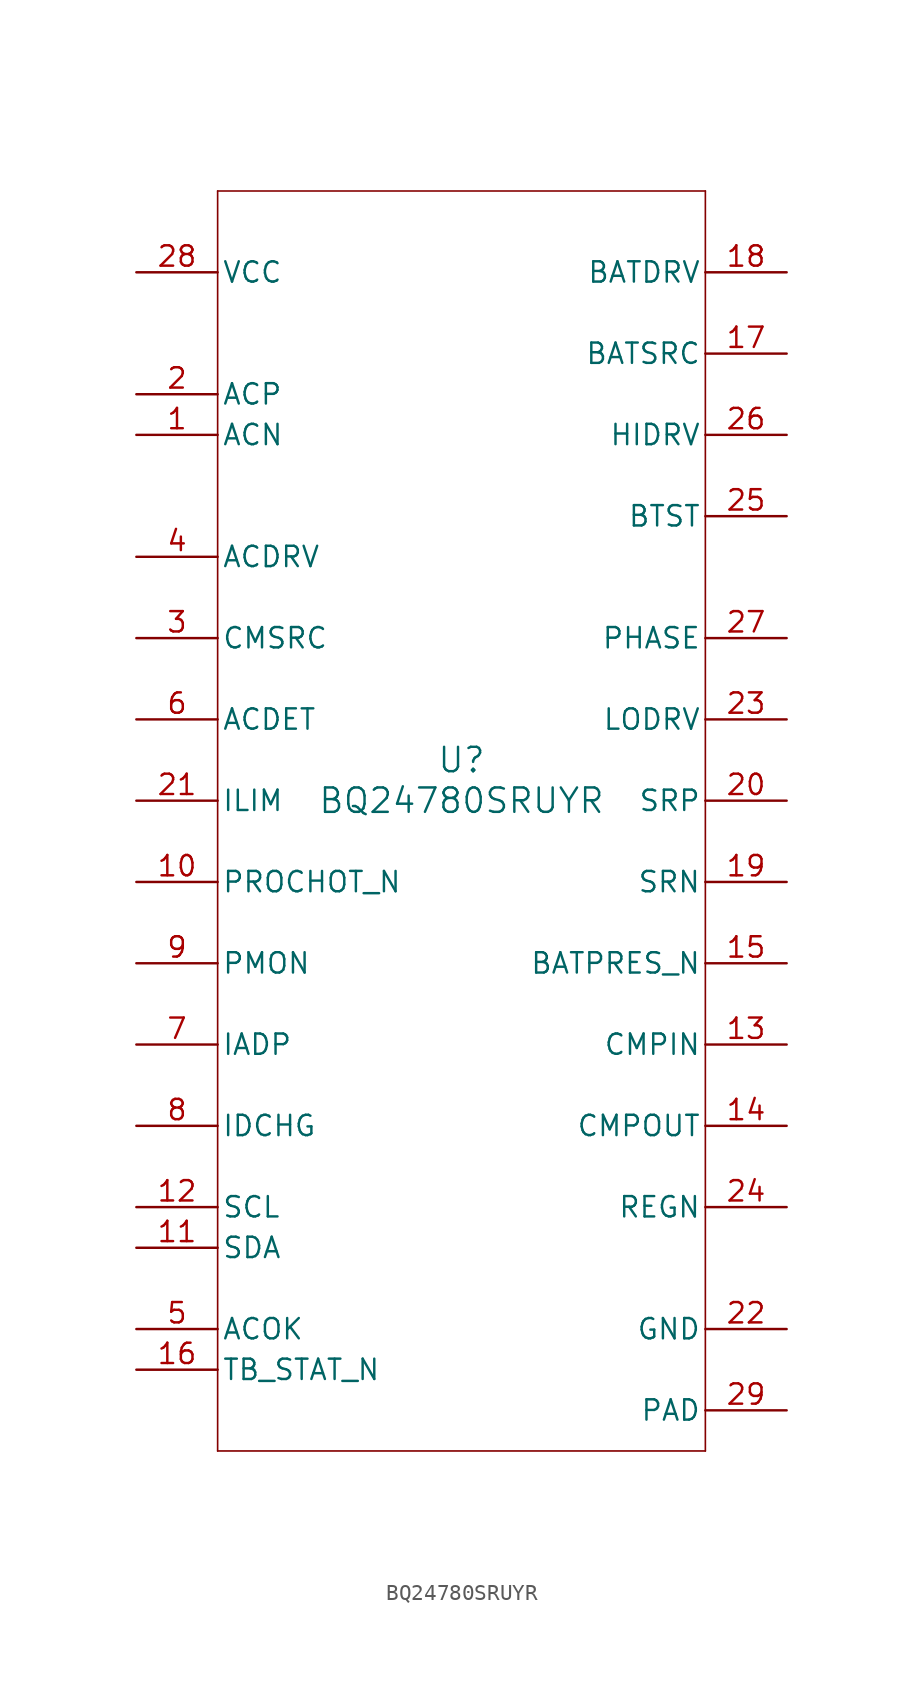
<source format=kicad_sym>
(kicad_symbol_lib
  (version 20211014)
  (generator kicad_symbol_editor)
  (symbol "BQ24780SRUYR"
    (pin_names
      (offset 0.254))
    (property "Reference" "U"
      (at 0 2.54 0)
      (effects (font (size 1.524 1.524))))
    (property "Value" "BQ24780SRUYR"
      (at 0 0 0)
      (effects (font (size 1.524 1.524))))
    (symbol "BQ24780SRUYR_0_1"
      (polyline (pts (xy -15.24 -40.64) (xy 15.24 -40.64)) (stroke (width 0.102) (type default) (color 0 0 0 0)) (fill (type none)))
      (polyline (pts (xy 15.24 -40.64) (xy 15.24 38.1)) (stroke (width 0.102) (type default) (color 0 0 0 0)) (fill (type none)))
      (polyline (pts (xy 15.24 38.1) (xy -15.24 38.1)) (stroke (width 0.102) (type default) (color 0 0 0 0)) (fill (type none)))
      (polyline (pts (xy -15.24 38.1) (xy -15.24 -40.64)) (stroke (width 0.102) (type default) (color 0 0 0 0)) (fill (type none)))
      (pin input line (at -20.32 22.86 0) (length 5.08) (name "ACN" (effects (font (size 1.27 1.27)))) (number "1" (effects (font (size 1.27 1.27)))))
      (pin input line (at -20.32 25.4 0) (length 5.08) (name "ACP" (effects (font (size 1.27 1.27)))) (number "2" (effects (font (size 1.27 1.27)))))
      (pin input line (at -20.32 10.16 0) (length 5.08) (name "CMSRC" (effects (font (size 1.27 1.27)))) (number "3" (effects (font (size 1.27 1.27)))))
      (pin output line (at -20.32 15.24 0) (length 5.08) (name "ACDRV" (effects (font (size 1.27 1.27)))) (number "4" (effects (font (size 1.27 1.27)))))
      (pin output line (at -20.32 -33.02 0) (length 5.08) (name "ACOK" (effects (font (size 1.27 1.27)))) (number "5" (effects (font (size 1.27 1.27)))))
      (pin input line (at -20.32 5.08 0) (length 5.08) (name "ACDET" (effects (font (size 1.27 1.27)))) (number "6" (effects (font (size 1.27 1.27)))))
      (pin output line (at -20.32 -15.24 0) (length 5.08) (name "IADP" (effects (font (size 1.27 1.27)))) (number "7" (effects (font (size 1.27 1.27)))))
      (pin output line (at -20.32 -20.32 0) (length 5.08) (name "IDCHG" (effects (font (size 1.27 1.27)))) (number "8" (effects (font (size 1.27 1.27)))))
      (pin output line (at -20.32 -10.16 0) (length 5.08) (name "PMON" (effects (font (size 1.27 1.27)))) (number "9" (effects (font (size 1.27 1.27)))))
      (pin output line (at -20.32 -5.08 0) (length 5.08) (name "PROCHOT_N" (effects (font (size 1.27 1.27)))) (number "10" (effects (font (size 1.27 1.27)))))
      (pin bidirectional line (at -20.32 -27.94 0) (length 5.08) (name "SDA" (effects (font (size 1.27 1.27)))) (number "11" (effects (font (size 1.27 1.27)))))
      (pin bidirectional line (at -20.32 -25.4 0) (length 5.08) (name "SCL" (effects (font (size 1.27 1.27)))) (number "12" (effects (font (size 1.27 1.27)))))
      (pin input line (at 20.32 -15.24 180) (length 5.08) (name "CMPIN" (effects (font (size 1.27 1.27)))) (number "13" (effects (font (size 1.27 1.27)))))
      (pin output line (at 20.32 -20.32 180) (length 5.08) (name "CMPOUT" (effects (font (size 1.27 1.27)))) (number "14" (effects (font (size 1.27 1.27)))))
      (pin input line (at 20.32 -10.16 180) (length 5.08) (name "BATPRES_N" (effects (font (size 1.27 1.27)))) (number "15" (effects (font (size 1.27 1.27)))))
      (pin input line (at -20.32 -35.56 0) (length 5.08) (name "TB_STAT_N" (effects (font (size 1.27 1.27)))) (number "16" (effects (font (size 1.27 1.27)))))
      (pin output line (at 20.32 27.94 180) (length 5.08) (name "BATSRC" (effects (font (size 1.27 1.27)))) (number "17" (effects (font (size 1.27 1.27)))))
      (pin input line (at 20.32 33.02 180) (length 5.08) (name "BATDRV" (effects (font (size 1.27 1.27)))) (number "18" (effects (font (size 1.27 1.27)))))
      (pin input line (at 20.32 -5.08 180) (length 5.08) (name "SRN" (effects (font (size 1.27 1.27)))) (number "19" (effects (font (size 1.27 1.27)))))
      (pin input line (at 20.32 0 180) (length 5.08) (name "SRP" (effects (font (size 1.27 1.27)))) (number "20" (effects (font (size 1.27 1.27)))))
      (pin input line (at -20.32 0 0) (length 5.08) (name "ILIM" (effects (font (size 1.27 1.27)))) (number "21" (effects (font (size 1.27 1.27)))))
      (pin power_in line (at 20.32 -33.02 180) (length 5.08) (name "GND" (effects (font (size 1.27 1.27)))) (number "22" (effects (font (size 1.27 1.27)))))
      (pin output line (at 20.32 5.08 180) (length 5.08) (name "LODRV" (effects (font (size 1.27 1.27)))) (number "23" (effects (font (size 1.27 1.27)))))
      (pin power_in line (at 20.32 -25.4 180) (length 5.08) (name "REGN" (effects (font (size 1.27 1.27)))) (number "24" (effects (font (size 1.27 1.27)))))
      (pin power_in line (at 20.32 17.78 180) (length 5.08) (name "BTST" (effects (font (size 1.27 1.27)))) (number "25" (effects (font (size 1.27 1.27)))))
      (pin power_in line (at 20.32 22.86 180) (length 5.08) (name "HIDRV" (effects (font (size 1.27 1.27)))) (number "26" (effects (font (size 1.27 1.27)))))
      (pin power_in line (at 20.32 10.16 180) (length 5.08) (name "PHASE" (effects (font (size 1.27 1.27)))) (number "27" (effects (font (size 1.27 1.27)))))
      (pin power_in line (at -20.32 33.02 0) (length 5.08) (name "VCC" (effects (font (size 1.27 1.27)))) (number "28" (effects (font (size 1.27 1.27)))))
      (pin power_in line (at 20.32 -38.1 180) (length 5.08) (name "PAD" (effects (font (size 1.27 1.27)))) (number "29" (effects (font (size 1.27 1.27))))))))
</source>
